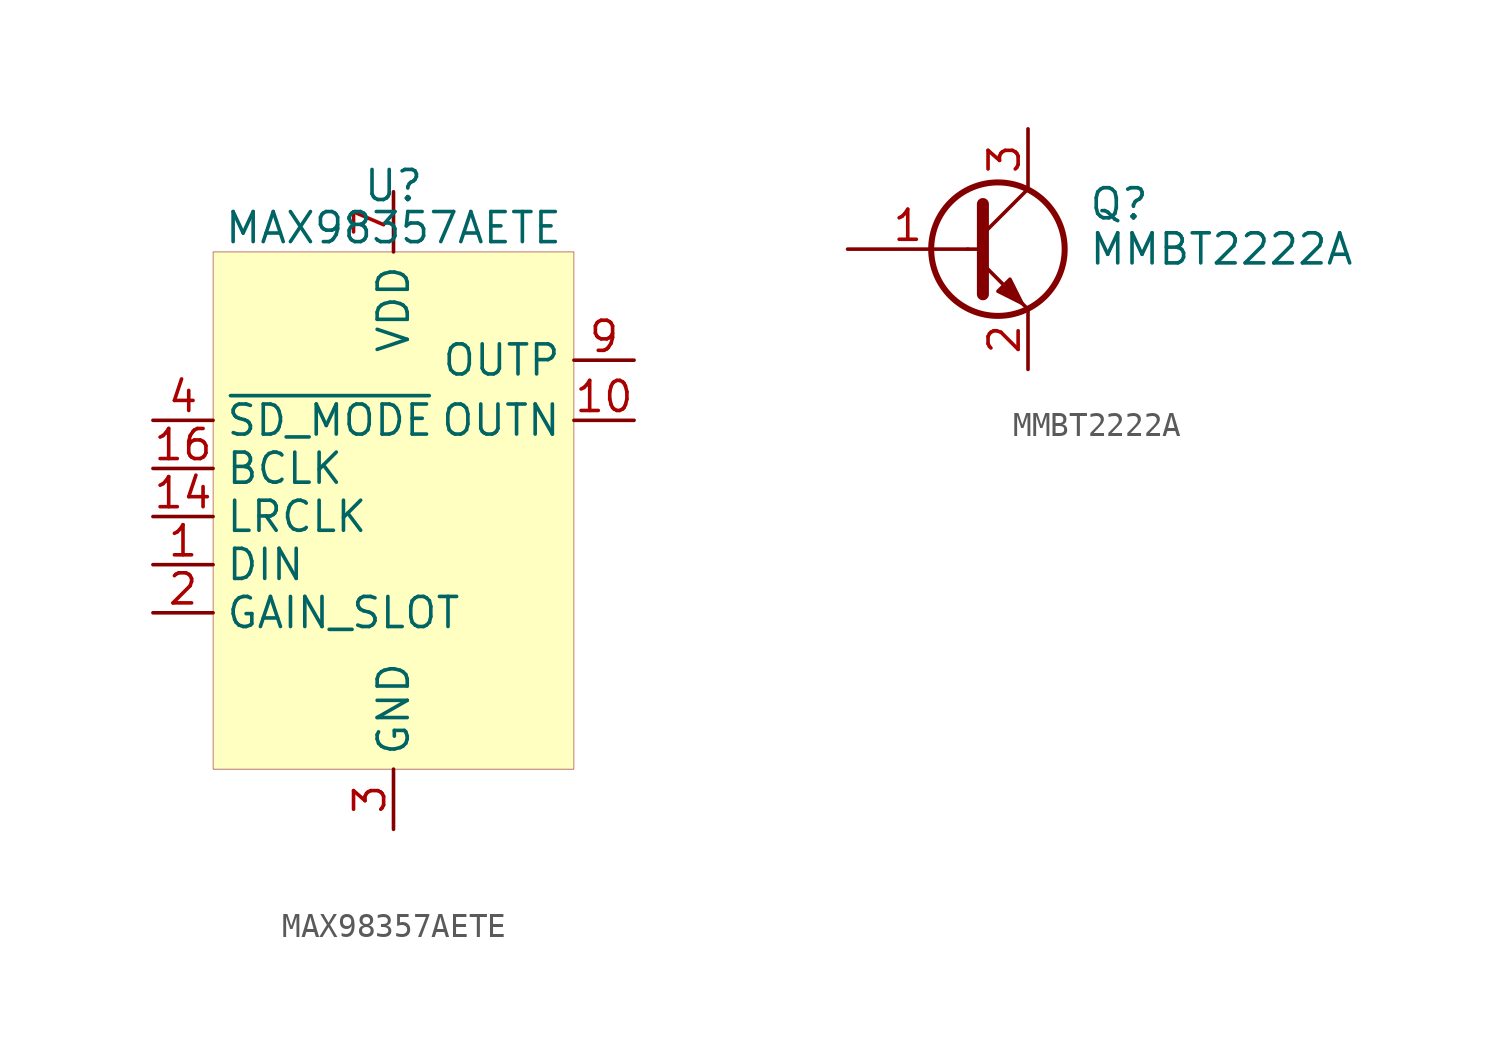
<source format=kicad_sym>
(kicad_symbol_lib
  (version 20201005)
  (generator kicad_symbol_editor)
  (symbol "blinken:MAX98357AETE"
    (property "Reference" "U"
      (at 0 13.716 0)
      (effects (font (size 1.27 1.27))))
    (property "Value" "MAX98357AETE"
      (at 0 11.938 0)
      (effects (font (size 1.27 1.27))))
    (symbol "MAX98357AETE_0_1"
      (rectangle (start -7.62 10.922) (end 7.62 -10.922) (stroke (width 0.001)) (fill (type background))))
    (symbol "MAX98357AETE_1_1"
      (pin input line (at -10.16 -2.286 0) (length 2.54) (name "DIN" (effects (font (size 1.27 1.27)))) (number "1" (effects (font (size 1.27 1.27)))))
      (pin output line (at 10.16 3.81 180) (length 2.54) (name "OUTN" (effects (font (size 1.27 1.27)))) (number "10" (effects (font (size 1.27 1.27)))))
      (pin passive line (at 0 -13.462 90) (length 2.54) hide (name "GND" (effects (font (size 1.27 1.27)))) (number "11" (effects (font (size 1.27 1.27)))))
      (pin no_connect line (at 7.62 -5.842 0) (length 2.54) hide (name "N.C." (effects (font (size 1.27 1.27)))) (number "12" (effects (font (size 1.27 1.27)))))
      (pin no_connect line (at 7.62 -5.842 0) (length 2.54) hide (name "N.C." (effects (font (size 1.27 1.27)))) (number "13" (effects (font (size 1.27 1.27)))))
      (pin input line (at -10.16 -0.254 0) (length 2.54) (name "LRCLK" (effects (font (size 1.27 1.27)))) (number "14" (effects (font (size 1.27 1.27)))))
      (pin passive line (at 0 -13.462 90) (length 2.54) hide (name "GND" (effects (font (size 1.27 1.27)))) (number "15" (effects (font (size 1.27 1.27)))))
      (pin input line (at -10.16 1.778 0) (length 2.54) (name "BCLK" (effects (font (size 1.27 1.27)))) (number "16" (effects (font (size 1.27 1.27)))))
      (pin input line (at -10.16 -4.318 0) (length 2.54) (name "GAIN_SLOT" (effects (font (size 1.27 1.27)))) (number "2" (effects (font (size 1.27 1.27)))))
      (pin power_in line (at 0 -13.462 90) (length 2.54) (name "GND" (effects (font (size 1.27 1.27)))) (number "3" (effects (font (size 1.27 1.27)))))
      (pin input line (at -10.16 3.81 0) (length 2.54) (name "~SD_MODE" (effects (font (size 1.27 1.27)))) (number "4" (effects (font (size 1.27 1.27)))))
      (pin no_connect line (at 7.62 -5.842 0) (length 2.54) hide (name "N.C." (effects (font (size 1.27 1.27)))) (number "5" (effects (font (size 1.27 1.27)))))
      (pin no_connect line (at 7.62 -5.842 0) (length 2.54) hide (name "N.C." (effects (font (size 1.27 1.27)))) (number "6" (effects (font (size 1.27 1.27)))))
      (pin power_in line (at 0 13.462 270) (length 2.54) (name "VDD" (effects (font (size 1.27 1.27)))) (number "7" (effects (font (size 1.27 1.27)))))
      (pin passive line (at 0 13.462 270) (length 2.54) hide (name "VDD" (effects (font (size 1.27 1.27)))) (number "8" (effects (font (size 1.27 1.27)))))
      (pin output line (at 10.16 6.35 180) (length 2.54) (name "OUTP" (effects (font (size 1.27 1.27)))) (number "9" (effects (font (size 1.27 1.27)))))))
  (symbol "blinken:MMBT2222A"
    (pin_names
      (offset 0) hide)
    (property "Reference" "Q"
      (at 5.08 1.905 0)
      (effects (font (size 1.27 1.27)) (justify left)))
    (property "Value" "MMBT2222A"
      (at 5.08 0 0)
      (effects (font (size 1.27 1.27)) (justify left)))
    (symbol "MMBT2222A_0_1"
      (circle (center 1.27 0) (radius 2.819) (stroke (width 0.254)) (fill (type none)))
      (polyline (pts (xy 0 0) (xy 0.635 0)) (stroke (width 0)) (fill (type none)))
      (polyline (pts (xy 0.635 0.635) (xy 2.54 2.54)) (stroke (width 0)) (fill (type none)))
      (polyline (pts (xy 0.635 -0.635) (xy 2.54 -2.54) (xy 2.54 -2.54)) (stroke (width 0)) (fill (type none)))
      (polyline (pts (xy 0.635 1.905) (xy 0.635 -1.905) (xy 0.635 -1.905)) (stroke (width 0.508)) (fill (type none)))
      (polyline (pts (xy 1.27 -1.778) (xy 1.778 -1.27) (xy 2.286 -2.286) (xy 1.27 -1.778) (xy 1.27 -1.778)) (stroke (width 0)) (fill (type outline))))
    (symbol "MMBT2222A_1_1"
      (pin input line (at -5.08 0 0) (length 5.08) (name "B" (effects (font (size 1.27 1.27)))) (number "1" (effects (font (size 1.27 1.27)))))
      (pin passive line (at 2.54 -5.08 90) (length 2.54) (name "E" (effects (font (size 1.27 1.27)))) (number "2" (effects (font (size 1.27 1.27)))))
      (pin passive line (at 2.54 5.08 270) (length 2.54) (name "C" (effects (font (size 1.27 1.27)))) (number "3" (effects (font (size 1.27 1.27))))))))
</source>
